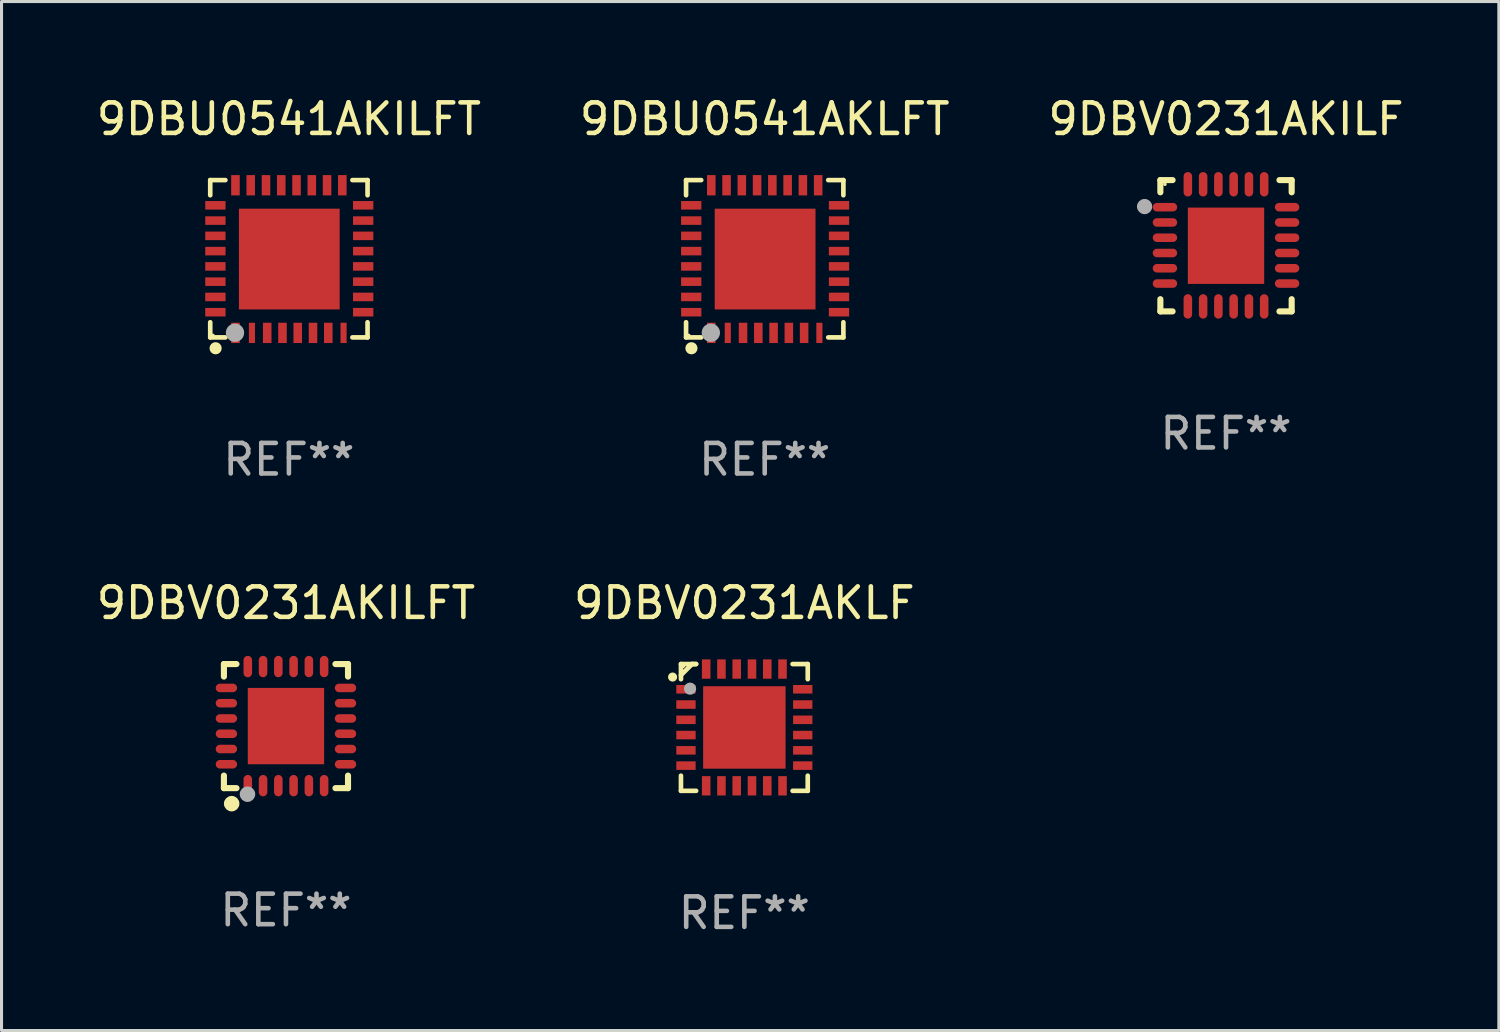
<source format=kicad_pcb>
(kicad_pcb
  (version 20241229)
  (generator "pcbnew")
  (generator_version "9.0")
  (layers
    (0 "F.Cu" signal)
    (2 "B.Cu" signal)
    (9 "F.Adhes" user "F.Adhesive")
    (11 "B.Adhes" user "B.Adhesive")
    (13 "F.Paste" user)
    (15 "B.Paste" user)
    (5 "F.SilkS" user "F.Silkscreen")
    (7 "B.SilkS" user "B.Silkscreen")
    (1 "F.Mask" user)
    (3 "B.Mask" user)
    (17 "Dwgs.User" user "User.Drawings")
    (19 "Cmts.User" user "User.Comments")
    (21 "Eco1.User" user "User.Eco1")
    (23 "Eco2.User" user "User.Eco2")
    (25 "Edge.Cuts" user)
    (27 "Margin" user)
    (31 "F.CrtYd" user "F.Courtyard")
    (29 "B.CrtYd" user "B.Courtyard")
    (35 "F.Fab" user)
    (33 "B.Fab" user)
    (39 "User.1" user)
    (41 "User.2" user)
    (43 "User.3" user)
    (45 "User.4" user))
  (footprint "9DBU0541AKILFT"
    (layer "F.Cu")
    (at 6.411 5.424)
    (property "Reference" "9DBU0541AKILFT" (at 0 -4.576 0) (layer "F.SilkS") (effects (font (size 1 1) (thickness 0.15))))
    (attr through_hole)
    (fp_line (start -2.576 -2.576) (end -2.576 -2.08) (stroke (width 0.152) (type solid)) (layer "F.SilkS"))
    (fp_line (start -2.576 2.576) (end -2.576 2.08) (stroke (width 0.152) (type solid)) (layer "F.SilkS"))
    (fp_line (start -2.08 -2.576) (end -2.576 -2.576) (stroke (width 0.152) (type solid)) (layer "F.SilkS"))
    (fp_line (start -2.08 2.576) (end -2.576 2.576) (stroke (width 0.152) (type solid)) (layer "F.SilkS"))
    (fp_line (start 2.08 -2.576) (end 2.576 -2.576) (stroke (width 0.152) (type solid)) (layer "F.SilkS"))
    (fp_line (start 2.08 2.576) (end 2.576 2.576) (stroke (width 0.152) (type solid)) (layer "F.SilkS"))
    (fp_line (start 2.576 -2.576) (end 2.576 -2.08) (stroke (width 0.152) (type solid)) (layer "F.SilkS"))
    (fp_line (start 2.576 2.576) (end 2.576 2.08) (stroke (width 0.152) (type solid)) (layer "F.SilkS"))
    (fp_circle (center -2.487 2.51) (end -2.457 2.51) (stroke (width 0.06) (type solid)) (fill no) (layer "F.SilkS"))
    (fp_circle (center -2.4 2.931) (end -2.3 2.931) (stroke (width 0.2) (type solid)) (fill no) (layer "F.SilkS"))
    (fp_circle (center -1.765 2.423) (end -1.615 2.423) (stroke (width 0.3) (type solid)) (fill no) (layer "F.Fab"))
    (fp_text user "REF**" (at 0 6.576 0) (layer "F.Fab") (effects (font (size 1 1) (thickness 0.15))))
    (pad "1" smd rect (at -1.75 2.428) (size 0.28 0.665) (layers "F.Cu" "F.Mask" "F.Paste"))
    (pad "2" smd rect (at -1.21 2.428) (size 0.2 0.665) (layers "F.Cu" "F.Mask" "F.Paste"))
    (pad "3" smd rect (at -0.71 2.428) (size 0.28 0.665) (layers "F.Cu" "F.Mask" "F.Paste"))
    (pad "4" smd rect (at -0.21 2.428) (size 0.28 0.665) (layers "F.Cu" "F.Mask" "F.Paste"))
    (pad "5" smd rect (at 0.29 2.428) (size 0.28 0.665) (layers "F.Cu" "F.Mask" "F.Paste"))
    (pad "6" smd rect (at 0.79 2.428) (size 0.28 0.665) (layers "F.Cu" "F.Mask" "F.Paste"))
    (pad "7" smd rect (at 1.29 2.428) (size 0.28 0.665) (layers "F.Cu" "F.Mask" "F.Paste"))
    (pad "8" smd rect (at 1.79 2.428) (size 0.2 0.665) (layers "F.Cu" "F.Mask" "F.Paste"))
    (pad "9" smd rect (at 2.433 1.75) (size 0.665 0.28) (layers "F.Cu" "F.Mask" "F.Paste"))
    (pad "10" smd rect (at 2.433 1.25) (size 0.665 0.28) (layers "F.Cu" "F.Mask" "F.Paste"))
    (pad "11" smd rect (at 2.433 0.75) (size 0.665 0.28) (layers "F.Cu" "F.Mask" "F.Paste"))
    (pad "12" smd rect (at 2.433 0.25) (size 0.665 0.28) (layers "F.Cu" "F.Mask" "F.Paste"))
    (pad "13" smd rect (at 2.433 -0.25) (size 0.665 0.28) (layers "F.Cu" "F.Mask" "F.Paste"))
    (pad "14" smd rect (at 2.433 -0.75) (size 0.665 0.28) (layers "F.Cu" "F.Mask" "F.Paste"))
    (pad "15" smd rect (at 2.433 -1.25) (size 0.665 0.28) (layers "F.Cu" "F.Mask" "F.Paste"))
    (pad "16" smd rect (at 2.433 -1.75) (size 0.665 0.28) (layers "F.Cu" "F.Mask" "F.Paste"))
    (pad "17" smd rect (at 1.75 -2.407) (size 0.28 0.665) (layers "F.Cu" "F.Mask" "F.Paste"))
    (pad "18" smd rect (at 1.25 -2.407) (size 0.28 0.665) (layers "F.Cu" "F.Mask" "F.Paste"))
    (pad "19" smd rect (at 0.75 -2.407) (size 0.28 0.665) (layers "F.Cu" "F.Mask" "F.Paste"))
    (pad "20" smd rect (at 0.25 -2.407) (size 0.28 0.665) (layers "F.Cu" "F.Mask" "F.Paste"))
    (pad "21" smd rect (at -0.25 -2.407) (size 0.28 0.665) (layers "F.Cu" "F.Mask" "F.Paste"))
    (pad "22" smd rect (at -0.75 -2.407) (size 0.28 0.665) (layers "F.Cu" "F.Mask" "F.Paste"))
    (pad "23" smd rect (at -1.25 -2.407) (size 0.28 0.665) (layers "F.Cu" "F.Mask" "F.Paste"))
    (pad "24" smd rect (at -1.75 -2.407) (size 0.28 0.665) (layers "F.Cu" "F.Mask" "F.Paste"))
    (pad "25" smd rect (at -2.407 -1.75) (size 0.665 0.28) (layers "F.Cu" "F.Mask" "F.Paste"))
    (pad "26" smd rect (at -2.407 -1.25) (size 0.665 0.28) (layers "F.Cu" "F.Mask" "F.Paste"))
    (pad "27" smd rect (at -2.407 -0.75) (size 0.665 0.28) (layers "F.Cu" "F.Mask" "F.Paste"))
    (pad "28" smd rect (at -2.407 -0.25) (size 0.665 0.28) (layers "F.Cu" "F.Mask" "F.Paste"))
    (pad "29" smd rect (at -2.407 0.25) (size 0.665 0.28) (layers "F.Cu" "F.Mask" "F.Paste"))
    (pad "30" smd rect (at -2.407 0.75) (size 0.665 0.28) (layers "F.Cu" "F.Mask" "F.Paste"))
    (pad "31" smd rect (at -2.407 1.25) (size 0.665 0.28) (layers "F.Cu" "F.Mask" "F.Paste"))
    (pad "32" smd rect (at -2.407 1.75) (size 0.665 0.28) (layers "F.Cu" "F.Mask" "F.Paste"))
    (pad "33" smd rect (at 0.013 0.01) (size 3.3 3.3) (layers "F.Cu" "F.Mask" "F.Paste")))
  (footprint "9DBV0231AKILFT"
    (layer "F.Cu")
    (at 6.315 20.729)
    (property "Reference" "9DBV0231AKILFT" (at 0 -4.032 0) (layer "F.SilkS") (effects (font (size 1 1) (thickness 0.15))))
    (attr through_hole)
    (fp_line (start -2.032 -2.032) (end -1.621 -2.032) (stroke (width 0.2) (type solid)) (layer "F.SilkS"))
    (fp_line (start -2.032 -1.621) (end -2.032 -2.032) (stroke (width 0.2) (type solid)) (layer "F.SilkS"))
    (fp_line (start -2.032 2.032) (end -2.032 1.621) (stroke (width 0.2) (type solid)) (layer "F.SilkS"))
    (fp_line (start -1.621 2.032) (end -2.032 2.032) (stroke (width 0.2) (type solid)) (layer "F.SilkS"))
    (fp_line (start 1.621 -2.032) (end 2.032 -2.032) (stroke (width 0.2) (type solid)) (layer "F.SilkS"))
    (fp_line (start 2.032 -2.032) (end 2.032 -1.621) (stroke (width 0.2) (type solid)) (layer "F.SilkS"))
    (fp_line (start 2.032 1.621) (end 2.032 2.032) (stroke (width 0.2) (type solid)) (layer "F.SilkS"))
    (fp_line (start 2.032 2.032) (end 1.621 2.032) (stroke (width 0.2) (type solid)) (layer "F.SilkS"))
    (fp_circle (center -2 2) (end -1.97 2) (stroke (width 0.06) (type solid)) (fill no) (layer "F.SilkS"))
    (fp_circle (center -1.778 2.54) (end -1.651 2.54) (stroke (width 0.254) (type solid)) (fill no) (layer "F.SilkS"))
    (fp_circle (center -1.26 2.23) (end -1.133 2.23) (stroke (width 0.254) (type solid)) (fill no) (layer "F.Fab"))
    (fp_text user "REF**" (at 0 6.032 0) (layer "F.Fab") (effects (font (size 1 1) (thickness 0.15))))
    (pad "1" smd oval (at -1.25 1.95 180) (size 0.28 0.7) (layers "F.Cu" "F.Mask" "F.Paste"))
    (pad "2" smd oval (at -0.75 1.95 180) (size 0.28 0.7) (layers "F.Cu" "F.Mask" "F.Paste"))
    (pad "3" smd oval (at -0.25 1.95 180) (size 0.28 0.7) (layers "F.Cu" "F.Mask" "F.Paste"))
    (pad "4" smd oval (at 0.25 1.95 180) (size 0.28 0.7) (layers "F.Cu" "F.Mask" "F.Paste"))
    (pad "5" smd oval (at 0.75 1.95 180) (size 0.28 0.7) (layers "F.Cu" "F.Mask" "F.Paste"))
    (pad "6" smd oval (at 1.25 1.95 180) (size 0.28 0.7) (layers "F.Cu" "F.Mask" "F.Paste"))
    (pad "7" smd oval (at 1.95 1.25 270) (size 0.28 0.7) (layers "F.Cu" "F.Mask" "F.Paste"))
    (pad "8" smd oval (at 1.95 0.75 270) (size 0.28 0.7) (layers "F.Cu" "F.Mask" "F.Paste"))
    (pad "9" smd oval (at 1.95 0.25 270) (size 0.28 0.7) (layers "F.Cu" "F.Mask" "F.Paste"))
    (pad "10" smd oval (at 1.95 -0.25 270) (size 0.28 0.7) (layers "F.Cu" "F.Mask" "F.Paste"))
    (pad "11" smd oval (at 1.95 -0.75 270) (size 0.28 0.7) (layers "F.Cu" "F.Mask" "F.Paste"))
    (pad "12" smd oval (at 1.95 -1.25 270) (size 0.28 0.7) (layers "F.Cu" "F.Mask" "F.Paste"))
    (pad "13" smd oval (at 1.25 -1.95) (size 0.28 0.7) (layers "F.Cu" "F.Mask" "F.Paste"))
    (pad "14" smd oval (at 0.75 -1.95) (size 0.28 0.7) (layers "F.Cu" "F.Mask" "F.Paste"))
    (pad "15" smd oval (at 0.25 -1.95) (size 0.28 0.7) (layers "F.Cu" "F.Mask" "F.Paste"))
    (pad "16" smd oval (at -0.25 -1.95) (size 0.28 0.7) (layers "F.Cu" "F.Mask" "F.Paste"))
    (pad "17" smd oval (at -0.75 -1.95) (size 0.28 0.7) (layers "F.Cu" "F.Mask" "F.Paste"))
    (pad "18" smd oval (at -1.25 -1.95) (size 0.28 0.7) (layers "F.Cu" "F.Mask" "F.Paste"))
    (pad "19" smd oval (at -1.95 -1.25 90) (size 0.28 0.7) (layers "F.Cu" "F.Mask" "F.Paste"))
    (pad "20" smd oval (at -1.95 -0.75 90) (size 0.28 0.7) (layers "F.Cu" "F.Mask" "F.Paste"))
    (pad "21" smd oval (at -1.95 -0.25 90) (size 0.28 0.7) (layers "F.Cu" "F.Mask" "F.Paste"))
    (pad "22" smd oval (at -1.95 0.25 90) (size 0.28 0.7) (layers "F.Cu" "F.Mask" "F.Paste"))
    (pad "23" smd oval (at -1.95 0.75 90) (size 0.28 0.7) (layers "F.Cu" "F.Mask" "F.Paste"))
    (pad "24" smd oval (at -1.95 1.25 90) (size 0.28 0.7) (layers "F.Cu" "F.Mask" "F.Paste"))
    (pad "25" smd rect (at -0.000178 0.000025 90) (size 2.5 2.5) (layers "F.Cu" "F.Mask" "F.Paste")))
  (footprint "9DBU0541AKLFT"
    (layer "F.Cu")
    (at 21.994 5.424)
    (property "Reference" "9DBU0541AKLFT" (at 0 -4.576 0) (layer "F.SilkS") (effects (font (size 1 1) (thickness 0.15))))
    (attr through_hole)
    (fp_line (start -2.576 -2.576) (end -2.576 -2.08) (stroke (width 0.152) (type solid)) (layer "F.SilkS"))
    (fp_line (start -2.576 2.576) (end -2.576 2.08) (stroke (width 0.152) (type solid)) (layer "F.SilkS"))
    (fp_line (start -2.08 -2.576) (end -2.576 -2.576) (stroke (width 0.152) (type solid)) (layer "F.SilkS"))
    (fp_line (start -2.08 2.576) (end -2.576 2.576) (stroke (width 0.152) (type solid)) (layer "F.SilkS"))
    (fp_line (start 2.08 -2.576) (end 2.576 -2.576) (stroke (width 0.152) (type solid)) (layer "F.SilkS"))
    (fp_line (start 2.08 2.576) (end 2.576 2.576) (stroke (width 0.152) (type solid)) (layer "F.SilkS"))
    (fp_line (start 2.576 -2.576) (end 2.576 -2.08) (stroke (width 0.152) (type solid)) (layer "F.SilkS"))
    (fp_line (start 2.576 2.576) (end 2.576 2.08) (stroke (width 0.152) (type solid)) (layer "F.SilkS"))
    (fp_circle (center -2.487 2.51) (end -2.457 2.51) (stroke (width 0.06) (type solid)) (fill no) (layer "F.SilkS"))
    (fp_circle (center -2.4 2.931) (end -2.3 2.931) (stroke (width 0.2) (type solid)) (fill no) (layer "F.SilkS"))
    (fp_circle (center -1.765 2.423) (end -1.615 2.423) (stroke (width 0.3) (type solid)) (fill no) (layer "F.Fab"))
    (fp_text user "REF**" (at 0 6.576 0) (layer "F.Fab") (effects (font (size 1 1) (thickness 0.15))))
    (pad "1" smd rect (at -1.75 2.428) (size 0.28 0.665) (layers "F.Cu" "F.Mask" "F.Paste"))
    (pad "2" smd rect (at -1.21 2.428) (size 0.2 0.665) (layers "F.Cu" "F.Mask" "F.Paste"))
    (pad "3" smd rect (at -0.71 2.428) (size 0.28 0.665) (layers "F.Cu" "F.Mask" "F.Paste"))
    (pad "4" smd rect (at -0.21 2.428) (size 0.28 0.665) (layers "F.Cu" "F.Mask" "F.Paste"))
    (pad "5" smd rect (at 0.29 2.428) (size 0.28 0.665) (layers "F.Cu" "F.Mask" "F.Paste"))
    (pad "6" smd rect (at 0.79 2.428) (size 0.28 0.665) (layers "F.Cu" "F.Mask" "F.Paste"))
    (pad "7" smd rect (at 1.29 2.428) (size 0.28 0.665) (layers "F.Cu" "F.Mask" "F.Paste"))
    (pad "8" smd rect (at 1.79 2.428) (size 0.2 0.665) (layers "F.Cu" "F.Mask" "F.Paste"))
    (pad "9" smd rect (at 2.433 1.75) (size 0.665 0.28) (layers "F.Cu" "F.Mask" "F.Paste"))
    (pad "10" smd rect (at 2.433 1.25) (size 0.665 0.28) (layers "F.Cu" "F.Mask" "F.Paste"))
    (pad "11" smd rect (at 2.433 0.75) (size 0.665 0.28) (layers "F.Cu" "F.Mask" "F.Paste"))
    (pad "12" smd rect (at 2.433 0.25) (size 0.665 0.28) (layers "F.Cu" "F.Mask" "F.Paste"))
    (pad "13" smd rect (at 2.433 -0.25) (size 0.665 0.28) (layers "F.Cu" "F.Mask" "F.Paste"))
    (pad "14" smd rect (at 2.433 -0.75) (size 0.665 0.28) (layers "F.Cu" "F.Mask" "F.Paste"))
    (pad "15" smd rect (at 2.433 -1.25) (size 0.665 0.28) (layers "F.Cu" "F.Mask" "F.Paste"))
    (pad "16" smd rect (at 2.433 -1.75) (size 0.665 0.28) (layers "F.Cu" "F.Mask" "F.Paste"))
    (pad "17" smd rect (at 1.75 -2.407) (size 0.28 0.665) (layers "F.Cu" "F.Mask" "F.Paste"))
    (pad "18" smd rect (at 1.25 -2.407) (size 0.28 0.665) (layers "F.Cu" "F.Mask" "F.Paste"))
    (pad "19" smd rect (at 0.75 -2.407) (size 0.28 0.665) (layers "F.Cu" "F.Mask" "F.Paste"))
    (pad "20" smd rect (at 0.25 -2.407) (size 0.28 0.665) (layers "F.Cu" "F.Mask" "F.Paste"))
    (pad "21" smd rect (at -0.25 -2.407) (size 0.28 0.665) (layers "F.Cu" "F.Mask" "F.Paste"))
    (pad "22" smd rect (at -0.75 -2.407) (size 0.28 0.665) (layers "F.Cu" "F.Mask" "F.Paste"))
    (pad "23" smd rect (at -1.25 -2.407) (size 0.28 0.665) (layers "F.Cu" "F.Mask" "F.Paste"))
    (pad "24" smd rect (at -1.75 -2.407) (size 0.28 0.665) (layers "F.Cu" "F.Mask" "F.Paste"))
    (pad "25" smd rect (at -2.407 -1.75) (size 0.665 0.28) (layers "F.Cu" "F.Mask" "F.Paste"))
    (pad "26" smd rect (at -2.407 -1.25) (size 0.665 0.28) (layers "F.Cu" "F.Mask" "F.Paste"))
    (pad "27" smd rect (at -2.407 -0.75) (size 0.665 0.28) (layers "F.Cu" "F.Mask" "F.Paste"))
    (pad "28" smd rect (at -2.407 -0.25) (size 0.665 0.28) (layers "F.Cu" "F.Mask" "F.Paste"))
    (pad "29" smd rect (at -2.407 0.25) (size 0.665 0.28) (layers "F.Cu" "F.Mask" "F.Paste"))
    (pad "30" smd rect (at -2.407 0.75) (size 0.665 0.28) (layers "F.Cu" "F.Mask" "F.Paste"))
    (pad "31" smd rect (at -2.407 1.25) (size 0.665 0.28) (layers "F.Cu" "F.Mask" "F.Paste"))
    (pad "32" smd rect (at -2.407 1.75) (size 0.665 0.28) (layers "F.Cu" "F.Mask" "F.Paste"))
    (pad "33" smd rect (at 0.013 0.01) (size 3.3 3.3) (layers "F.Cu" "F.Mask" "F.Paste")))
  (footprint "9DBV0231AKILF"
    (layer "F.Cu")
    (at 37.101 4.998)
    (property "Reference" "9DBV0231AKILF" (at 0 -4.15 0) (layer "F.SilkS") (effects (font (size 1 1) (thickness 0.15))))
    (attr through_hole)
    (fp_line (start -2.15 -2.15) (end -1.75 -2.15) (stroke (width 0.2) (type solid)) (layer "F.SilkS"))
    (fp_line (start -2.15 -1.75) (end -2.15 -2.15) (stroke (width 0.2) (type solid)) (layer "F.SilkS"))
    (fp_line (start -2.15 2.15) (end -2.15 1.75) (stroke (width 0.2) (type solid)) (layer "F.SilkS"))
    (fp_line (start -1.75 2.15) (end -2.15 2.15) (stroke (width 0.2) (type solid)) (layer "F.SilkS"))
    (fp_line (start 1.75 -2.15) (end 2.15 -2.15) (stroke (width 0.2) (type solid)) (layer "F.SilkS"))
    (fp_line (start 1.75 2.15) (end 2.15 2.15) (stroke (width 0.2) (type solid)) (layer "F.SilkS"))
    (fp_line (start 2.15 -2.15) (end 2.15 -1.75) (stroke (width 0.2) (type solid)) (layer "F.SilkS"))
    (fp_line (start 2.15 2.15) (end 2.15 1.75) (stroke (width 0.2) (type solid)) (layer "F.SilkS"))
    (fp_circle (center -2 -2.013) (end -1.97 -2.013) (stroke (width 0.06) (type solid)) (fill no) (layer "F.SilkS"))
    (fp_circle (center -2.667 -1.283) (end -2.542 -1.283) (stroke (width 0.25) (type solid)) (fill no) (layer "F.Fab"))
    (fp_text user "REF**" (at 0 6.15 0) (layer "F.Fab") (effects (font (size 1 1) (thickness 0.15))))
    (pad "1" smd oval (at -2 -1.263) (size 0.8 0.28) (layers "F.Cu" "F.Mask" "F.Paste"))
    (pad "2" smd oval (at -2 -0.763) (size 0.8 0.28) (layers "F.Cu" "F.Mask" "F.Paste"))
    (pad "3" smd oval (at -2 -0.263) (size 0.8 0.28) (layers "F.Cu" "F.Mask" "F.Paste"))
    (pad "4" smd oval (at -2 0.237) (size 0.8 0.28) (layers "F.Cu" "F.Mask" "F.Paste"))
    (pad "5" smd oval (at -2 0.737) (size 0.8 0.28) (layers "F.Cu" "F.Mask" "F.Paste"))
    (pad "6" smd oval (at -2 1.237) (size 0.8 0.28) (layers "F.Cu" "F.Mask" "F.Paste"))
    (pad "7" smd oval (at -1.25 1.987) (size 0.28 0.8) (layers "F.Cu" "F.Mask" "F.Paste"))
    (pad "8" smd oval (at -0.75 1.987) (size 0.28 0.8) (layers "F.Cu" "F.Mask" "F.Paste"))
    (pad "9" smd oval (at -0.25 1.987) (size 0.28 0.8) (layers "F.Cu" "F.Mask" "F.Paste"))
    (pad "10" smd oval (at 0.25 1.987) (size 0.28 0.8) (layers "F.Cu" "F.Mask" "F.Paste"))
    (pad "11" smd oval (at 0.75 1.987) (size 0.28 0.8) (layers "F.Cu" "F.Mask" "F.Paste"))
    (pad "12" smd oval (at 1.25 1.987) (size 0.28 0.8) (layers "F.Cu" "F.Mask" "F.Paste"))
    (pad "13" smd oval (at 2 1.237) (size 0.8 0.28) (layers "F.Cu" "F.Mask" "F.Paste"))
    (pad "14" smd oval (at 2 0.737) (size 0.8 0.28) (layers "F.Cu" "F.Mask" "F.Paste"))
    (pad "15" smd oval (at 2 0.237) (size 0.8 0.28) (layers "F.Cu" "F.Mask" "F.Paste"))
    (pad "16" smd oval (at 2 -0.263) (size 0.8 0.28) (layers "F.Cu" "F.Mask" "F.Paste"))
    (pad "17" smd oval (at 2 -0.763) (size 0.8 0.28) (layers "F.Cu" "F.Mask" "F.Paste"))
    (pad "18" smd oval (at 2 -1.263) (size 0.8 0.28) (layers "F.Cu" "F.Mask" "F.Paste"))
    (pad "19" smd oval (at 1.25 -2.013) (size 0.28 0.8) (layers "F.Cu" "F.Mask" "F.Paste"))
    (pad "20" smd oval (at 0.75 -2.013) (size 0.28 0.8) (layers "F.Cu" "F.Mask" "F.Paste"))
    (pad "21" smd oval (at 0.25 -2.013) (size 0.28 0.8) (layers "F.Cu" "F.Mask" "F.Paste"))
    (pad "22" smd oval (at -0.25 -2.013) (size 0.28 0.8) (layers "F.Cu" "F.Mask" "F.Paste"))
    (pad "23" smd oval (at -0.75 -2.013) (size 0.28 0.8) (layers "F.Cu" "F.Mask" "F.Paste"))
    (pad "24" smd oval (at -1.25 -2.013) (size 0.28 0.8) (layers "F.Cu" "F.Mask" "F.Paste"))
    (pad "25" smd rect (at -0.000127 -0.00014) (size 2.5 2.5) (layers "F.Cu" "F.Mask" "F.Paste")))
  (footprint "9DBV0231AKLF"
    (layer "F.Cu")
    (at 21.327 20.773)
    (property "Reference" "9DBV0231AKLF" (at 0 -4.076 0) (layer "F.SilkS") (effects (font (size 1 1) (thickness 0.15))))
    (attr through_hole)
    (fp_line (start -2.076 -2.076) (end -2.076 -1.58) (stroke (width 0.152) (type solid)) (layer "F.SilkS"))
    (fp_line (start -2.076 2.076) (end -2.076 1.58) (stroke (width 0.152) (type solid)) (layer "F.SilkS"))
    (fp_line (start -1.713 -2.076) (end -2.076 -1.713) (stroke (width 0.152) (type solid)) (layer "F.SilkS"))
    (fp_line (start -1.58 -2.076) (end -2.076 -2.076) (stroke (width 0.152) (type solid)) (layer "F.SilkS"))
    (fp_line (start -1.58 -2.076) (end -1.713 -2.076) (stroke (width 0.152) (type solid)) (layer "F.SilkS"))
    (fp_line (start -1.58 2.076) (end -2.076 2.076) (stroke (width 0.152) (type solid)) (layer "F.SilkS"))
    (fp_line (start 1.58 -2.076) (end 2.076 -2.076) (stroke (width 0.152) (type solid)) (layer "F.SilkS"))
    (fp_line (start 1.58 2.076) (end 2.076 2.076) (stroke (width 0.152) (type solid)) (layer "F.SilkS"))
    (fp_line (start 2.076 -2.076) (end 2.076 -1.58) (stroke (width 0.152) (type solid)) (layer "F.SilkS"))
    (fp_line (start 2.076 2.076) (end 2.076 1.58) (stroke (width 0.152) (type solid)) (layer "F.SilkS"))
    (fp_circle (center -2.35 -1.65) (end -2.275 -1.65) (stroke (width 0.15) (type solid)) (fill no) (layer "F.SilkS"))
    (fp_circle (center -2 -2) (end -1.97 -2) (stroke (width 0.06) (type solid)) (fill no) (layer "F.SilkS"))
    (fp_circle (center -1.778 -1.27) (end -1.678 -1.27) (stroke (width 0.2) (type solid)) (fill no) (layer "F.Fab"))
    (fp_text user "REF**" (at 0 6.076 0) (layer "F.Fab") (effects (font (size 1 1) (thickness 0.15))))
    (pad "1" smd rect (at -1.912 -1.25) (size 0.633 0.28) (layers "F.Cu" "F.Mask" "F.Paste"))
    (pad "2" smd rect (at -1.912 -0.75) (size 0.633 0.28) (layers "F.Cu" "F.Mask" "F.Paste"))
    (pad "3" smd rect (at -1.912 -0.25) (size 0.633 0.28) (layers "F.Cu" "F.Mask" "F.Paste"))
    (pad "4" smd rect (at -1.912 0.25) (size 0.633 0.28) (layers "F.Cu" "F.Mask" "F.Paste"))
    (pad "5" smd rect (at -1.912 0.75) (size 0.633 0.28) (layers "F.Cu" "F.Mask" "F.Paste"))
    (pad "6" smd rect (at -1.912 1.25) (size 0.633 0.28) (layers "F.Cu" "F.Mask" "F.Paste"))
    (pad "7" smd rect (at -1.25 1.912) (size 0.28 0.633) (layers "F.Cu" "F.Mask" "F.Paste"))
    (pad "8" smd rect (at -0.75 1.912) (size 0.28 0.633) (layers "F.Cu" "F.Mask" "F.Paste"))
    (pad "9" smd rect (at -0.25 1.912) (size 0.28 0.633) (layers "F.Cu" "F.Mask" "F.Paste"))
    (pad "10" smd rect (at 0.25 1.912) (size 0.28 0.633) (layers "F.Cu" "F.Mask" "F.Paste"))
    (pad "11" smd rect (at 0.75 1.912) (size 0.28 0.633) (layers "F.Cu" "F.Mask" "F.Paste"))
    (pad "12" smd rect (at 1.25 1.912) (size 0.28 0.633) (layers "F.Cu" "F.Mask" "F.Paste"))
    (pad "13" smd rect (at 1.912 1.25) (size 0.633 0.28) (layers "F.Cu" "F.Mask" "F.Paste"))
    (pad "14" smd rect (at 1.912 0.75) (size 0.633 0.28) (layers "F.Cu" "F.Mask" "F.Paste"))
    (pad "15" smd rect (at 1.912 0.25) (size 0.633 0.28) (layers "F.Cu" "F.Mask" "F.Paste"))
    (pad "16" smd rect (at 1.912 -0.25) (size 0.633 0.28) (layers "F.Cu" "F.Mask" "F.Paste"))
    (pad "17" smd rect (at 1.912 -0.75) (size 0.633 0.28) (layers "F.Cu" "F.Mask" "F.Paste"))
    (pad "18" smd rect (at 1.912 -1.25) (size 0.633 0.28) (layers "F.Cu" "F.Mask" "F.Paste"))
    (pad "19" smd rect (at 1.25 -1.912) (size 0.28 0.633) (layers "F.Cu" "F.Mask" "F.Paste"))
    (pad "20" smd rect (at 0.75 -1.912) (size 0.28 0.633) (layers "F.Cu" "F.Mask" "F.Paste"))
    (pad "21" smd rect (at 0.25 -1.912) (size 0.28 0.633) (layers "F.Cu" "F.Mask" "F.Paste"))
    (pad "22" smd rect (at -0.25 -1.912) (size 0.28 0.633) (layers "F.Cu" "F.Mask" "F.Paste"))
    (pad "23" smd rect (at -0.75 -1.912) (size 0.28 0.633) (layers "F.Cu" "F.Mask" "F.Paste"))
    (pad "24" smd rect (at -1.25 -1.912) (size 0.28 0.633) (layers "F.Cu" "F.Mask" "F.Paste"))
    (pad "25" smd rect (at 0 0) (size 2.7 2.7) (layers "F.Cu" "F.Mask" "F.Paste")))
  (gr_rect
    (start -3 -3)
    (end 46.036 30.698)
    (stroke (width 0.1) (type default))
    (fill no)
    (layer "Edge.Cuts")))
</source>
